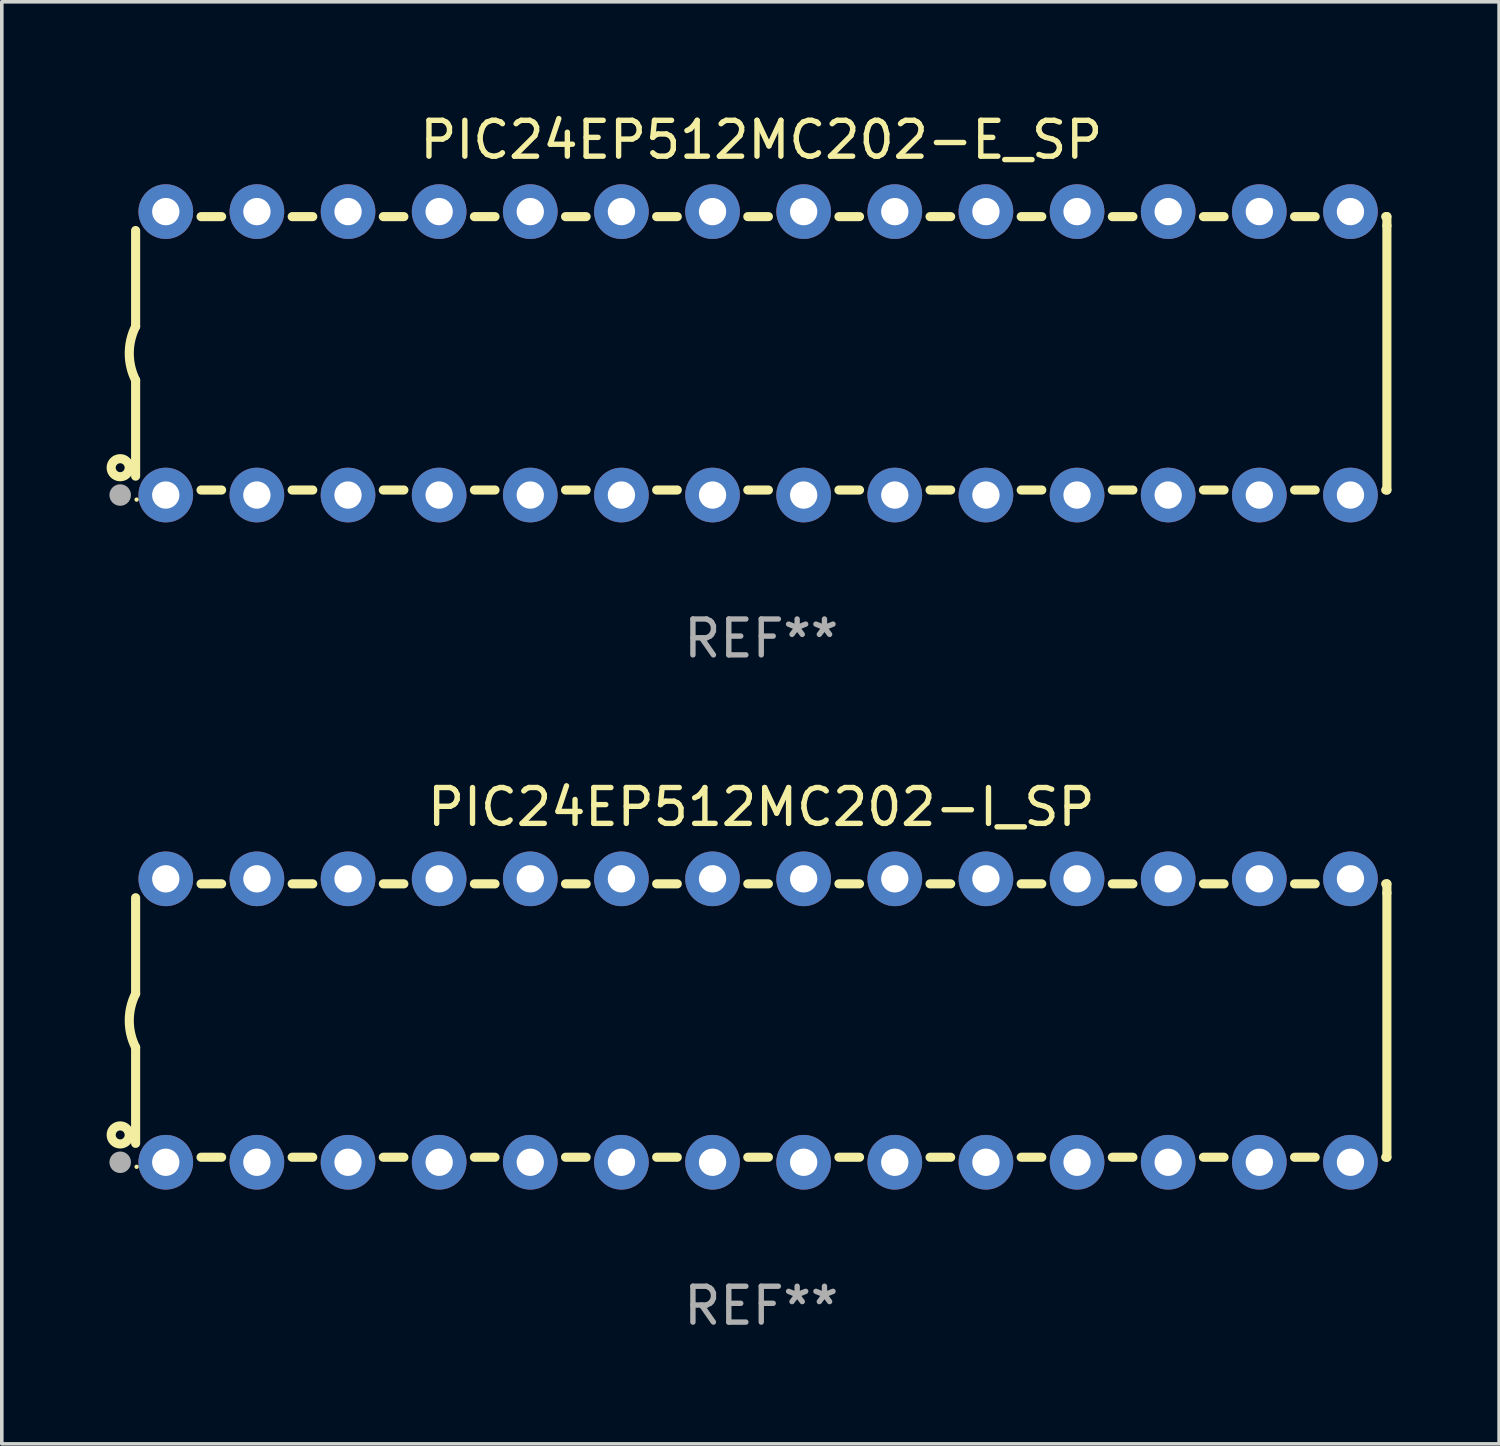
<source format=kicad_pcb>
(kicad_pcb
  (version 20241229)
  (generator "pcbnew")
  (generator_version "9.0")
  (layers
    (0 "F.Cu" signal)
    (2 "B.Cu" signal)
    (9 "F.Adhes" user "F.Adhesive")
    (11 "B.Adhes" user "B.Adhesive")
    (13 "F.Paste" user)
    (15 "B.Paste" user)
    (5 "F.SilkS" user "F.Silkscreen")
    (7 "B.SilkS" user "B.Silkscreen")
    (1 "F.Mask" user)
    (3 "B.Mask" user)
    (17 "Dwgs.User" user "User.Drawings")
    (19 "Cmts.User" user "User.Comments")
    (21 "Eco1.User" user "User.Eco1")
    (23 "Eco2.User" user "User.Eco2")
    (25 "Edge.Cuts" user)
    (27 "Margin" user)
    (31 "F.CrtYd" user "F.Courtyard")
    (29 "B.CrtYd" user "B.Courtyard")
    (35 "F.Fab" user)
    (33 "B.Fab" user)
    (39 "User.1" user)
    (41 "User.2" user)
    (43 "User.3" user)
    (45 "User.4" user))
  (footprint "PIC24EP512MC202-E_SP"
    (layer "F.Cu")
    (at 18.168 6.798)
    (property "Reference" "PIC24EP512MC202-E_SP" (at 0 -5.95 0) (layer "F.SilkS") (effects (font (size 1 1) (thickness 0.15))))
    (attr through_hole)
    (fp_line (start -17.438 0.75) (end -17.438 3.423) (stroke (width 0.254) (type solid)) (layer "F.SilkS"))
    (fp_line (start -17.438 -3.423) (end -17.438 -0.75) (stroke (width 0.254) (type solid)) (layer "F.SilkS"))
    (fp_line (start -15.615 3.81) (end -15.041 3.81) (stroke (width 0.254) (type solid)) (layer "F.SilkS"))
    (fp_line (start -15.041 -3.81) (end -15.614 -3.81) (stroke (width 0.254) (type solid)) (layer "F.SilkS"))
    (fp_line (start -13.075 3.81) (end -12.501 3.81) (stroke (width 0.254) (type solid)) (layer "F.SilkS"))
    (fp_line (start -12.501 -3.81) (end -13.074 -3.81) (stroke (width 0.254) (type solid)) (layer "F.SilkS"))
    (fp_line (start -10.535 3.81) (end -9.961 3.81) (stroke (width 0.254) (type solid)) (layer "F.SilkS"))
    (fp_line (start -9.961 -3.81) (end -10.534 -3.81) (stroke (width 0.254) (type solid)) (layer "F.SilkS"))
    (fp_line (start -7.995 3.81) (end -7.421 3.81) (stroke (width 0.254) (type solid)) (layer "F.SilkS"))
    (fp_line (start -7.421 -3.81) (end -7.995 -3.81) (stroke (width 0.254) (type solid)) (layer "F.SilkS"))
    (fp_line (start -5.455 3.81) (end -4.881 3.81) (stroke (width 0.254) (type solid)) (layer "F.SilkS"))
    (fp_line (start -4.881 -3.81) (end -5.455 -3.81) (stroke (width 0.254) (type solid)) (layer "F.SilkS"))
    (fp_line (start -2.915 3.81) (end -2.341 3.81) (stroke (width 0.254) (type solid)) (layer "F.SilkS"))
    (fp_line (start -2.341 -3.81) (end -2.915 -3.81) (stroke (width 0.254) (type solid)) (layer "F.SilkS"))
    (fp_line (start -0.375 3.81) (end 0.199 3.81) (stroke (width 0.254) (type solid)) (layer "F.SilkS"))
    (fp_line (start 0.199 -3.81) (end -0.375 -3.81) (stroke (width 0.254) (type solid)) (layer "F.SilkS"))
    (fp_line (start 2.165 3.81) (end 2.739 3.81) (stroke (width 0.254) (type solid)) (layer "F.SilkS"))
    (fp_line (start 2.739 -3.81) (end 2.165 -3.81) (stroke (width 0.254) (type solid)) (layer "F.SilkS"))
    (fp_line (start 4.705 3.81) (end 5.279 3.81) (stroke (width 0.254) (type solid)) (layer "F.SilkS"))
    (fp_line (start 5.279 -3.81) (end 4.705 -3.81) (stroke (width 0.254) (type solid)) (layer "F.SilkS"))
    (fp_line (start 7.245 3.81) (end 7.819 3.81) (stroke (width 0.254) (type solid)) (layer "F.SilkS"))
    (fp_line (start 7.819 -3.81) (end 7.245 -3.81) (stroke (width 0.254) (type solid)) (layer "F.SilkS"))
    (fp_line (start 9.785 3.81) (end 10.359 3.81) (stroke (width 0.254) (type solid)) (layer "F.SilkS"))
    (fp_line (start 10.359 -3.81) (end 9.785 -3.81) (stroke (width 0.254) (type solid)) (layer "F.SilkS"))
    (fp_line (start 12.325 3.81) (end 12.899 3.81) (stroke (width 0.254) (type solid)) (layer "F.SilkS"))
    (fp_line (start 12.899 -3.81) (end 12.325 -3.81) (stroke (width 0.254) (type solid)) (layer "F.SilkS"))
    (fp_line (start 14.865 3.81) (end 15.439 3.81) (stroke (width 0.254) (type solid)) (layer "F.SilkS"))
    (fp_line (start 15.439 -3.81) (end 14.865 -3.81) (stroke (width 0.254) (type solid)) (layer "F.SilkS"))
    (fp_line (start 17.405 3.81) (end 17.438 3.81) (stroke (width 0.254) (type solid)) (layer "F.SilkS"))
    (fp_line (start 17.438 -3.81) (end 17.405 -3.81) (stroke (width 0.254) (type solid)) (layer "F.SilkS"))
    (fp_line (start 17.438 -3.556) (end 17.438 -3.81) (stroke (width 0.254) (type solid)) (layer "F.SilkS"))
    (fp_line (start 17.438 3.81) (end 17.438 -3.556) (stroke (width 0.254) (type solid)) (layer "F.SilkS"))
    (fp_arc (start -17.437986 0.749657) (mid -17.614887 -0.000024) (end -17.437783 -0.749657) (stroke (width 0.254001) (type solid)) (layer "F.SilkS"))
    (fp_circle (center -17.868 3.188) (end -17.743 3.188) (stroke (width 0.254) (type solid)) (fill no) (layer "F.SilkS"))
    (fp_circle (center -17.411 4.077) (end -17.381 4.077) (stroke (width 0.06) (type solid)) (fill no) (layer "F.SilkS"))
    (fp_circle (center -17.868 3.95) (end -17.718 3.95) (stroke (width 0.3) (type solid)) (fill no) (layer "F.Fab"))
    (fp_text user "REF**" (at 0 7.95 0) (layer "F.Fab") (effects (font (size 1 1) (thickness 0.15))))
    (pad "1" thru_hole circle (at -16.598 3.95) (size 1.524 1.524) (drill 0.762) (layers "*.Cu" "*.Mask"))
    (pad "2" thru_hole circle (at -14.058 3.95) (size 1.524 1.524) (drill 0.762) (layers "*.Cu" "*.Mask"))
    (pad "3" thru_hole circle (at -11.518 3.95) (size 1.524 1.524) (drill 0.762) (layers "*.Cu" "*.Mask"))
    (pad "4" thru_hole circle (at -8.978 3.95) (size 1.524 1.524) (drill 0.762) (layers "*.Cu" "*.Mask"))
    (pad "5" thru_hole circle (at -6.438 3.95) (size 1.524 1.524) (drill 0.762) (layers "*.Cu" "*.Mask"))
    (pad "6" thru_hole circle (at -3.898 3.95) (size 1.524 1.524) (drill 0.762) (layers "*.Cu" "*.Mask"))
    (pad "7" thru_hole circle (at -1.358 3.95) (size 1.524 1.524) (drill 0.762) (layers "*.Cu" "*.Mask"))
    (pad "8" thru_hole circle (at 1.182 3.95) (size 1.524 1.524) (drill 0.762) (layers "*.Cu" "*.Mask"))
    (pad "9" thru_hole circle (at 3.722 3.95) (size 1.524 1.524) (drill 0.762) (layers "*.Cu" "*.Mask"))
    (pad "10" thru_hole circle (at 6.262 3.95) (size 1.524 1.524) (drill 0.762) (layers "*.Cu" "*.Mask"))
    (pad "11" thru_hole circle (at 8.802 3.95) (size 1.524 1.524) (drill 0.762) (layers "*.Cu" "*.Mask"))
    (pad "12" thru_hole circle (at 11.342 3.95) (size 1.524 1.524) (drill 0.762) (layers "*.Cu" "*.Mask"))
    (pad "13" thru_hole circle (at 13.882 3.95) (size 1.524 1.524) (drill 0.762) (layers "*.Cu" "*.Mask"))
    (pad "14" thru_hole circle (at 16.422 3.95) (size 1.524 1.524) (drill 0.762) (layers "*.Cu" "*.Mask"))
    (pad "15" thru_hole circle (at 16.422 -3.95) (size 1.524 1.524) (drill 0.762) (layers "*.Cu" "*.Mask"))
    (pad "16" thru_hole circle (at 13.882 -3.95) (size 1.524 1.524) (drill 0.762) (layers "*.Cu" "*.Mask"))
    (pad "17" thru_hole circle (at 11.342 -3.95) (size 1.524 1.524) (drill 0.762) (layers "*.Cu" "*.Mask"))
    (pad "18" thru_hole circle (at 8.802 -3.95) (size 1.524 1.524) (drill 0.762) (layers "*.Cu" "*.Mask"))
    (pad "19" thru_hole circle (at 6.262 -3.95) (size 1.524 1.524) (drill 0.762) (layers "*.Cu" "*.Mask"))
    (pad "20" thru_hole circle (at 3.722 -3.95) (size 1.524 1.524) (drill 0.762) (layers "*.Cu" "*.Mask"))
    (pad "21" thru_hole circle (at 1.182 -3.95) (size 1.524 1.524) (drill 0.762) (layers "*.Cu" "*.Mask"))
    (pad "22" thru_hole circle (at -1.358 -3.95) (size 1.524 1.524) (drill 0.762) (layers "*.Cu" "*.Mask"))
    (pad "23" thru_hole circle (at -3.898 -3.95) (size 1.524 1.524) (drill 0.762) (layers "*.Cu" "*.Mask"))
    (pad "24" thru_hole circle (at -6.438 -3.95) (size 1.524 1.524) (drill 0.762) (layers "*.Cu" "*.Mask"))
    (pad "25" thru_hole circle (at -8.978 -3.95) (size 1.524 1.524) (drill 0.762) (layers "*.Cu" "*.Mask"))
    (pad "26" thru_hole circle (at -11.517 -3.95) (size 1.524 1.524) (drill 0.762) (layers "*.Cu" "*.Mask"))
    (pad "27" thru_hole circle (at -14.057 -3.95) (size 1.524 1.524) (drill 0.762) (layers "*.Cu" "*.Mask"))
    (pad "28" thru_hole circle (at -16.597 -3.95) (size 1.524 1.524) (drill 0.762) (layers "*.Cu" "*.Mask")))
  (footprint "PIC24EP512MC202-I_SP"
    (layer "F.Cu")
    (at 18.168 25.395)
    (property "Reference" "PIC24EP512MC202-I_SP" (at 0 -5.95 0) (layer "F.SilkS") (effects (font (size 1 1) (thickness 0.15))))
    (attr through_hole)
    (fp_line (start -17.438 0.75) (end -17.438 3.423) (stroke (width 0.254) (type solid)) (layer "F.SilkS"))
    (fp_line (start -17.438 -3.423) (end -17.438 -0.75) (stroke (width 0.254) (type solid)) (layer "F.SilkS"))
    (fp_line (start -15.615 3.81) (end -15.041 3.81) (stroke (width 0.254) (type solid)) (layer "F.SilkS"))
    (fp_line (start -15.041 -3.81) (end -15.614 -3.81) (stroke (width 0.254) (type solid)) (layer "F.SilkS"))
    (fp_line (start -13.075 3.81) (end -12.501 3.81) (stroke (width 0.254) (type solid)) (layer "F.SilkS"))
    (fp_line (start -12.501 -3.81) (end -13.074 -3.81) (stroke (width 0.254) (type solid)) (layer "F.SilkS"))
    (fp_line (start -10.535 3.81) (end -9.961 3.81) (stroke (width 0.254) (type solid)) (layer "F.SilkS"))
    (fp_line (start -9.961 -3.81) (end -10.534 -3.81) (stroke (width 0.254) (type solid)) (layer "F.SilkS"))
    (fp_line (start -7.995 3.81) (end -7.421 3.81) (stroke (width 0.254) (type solid)) (layer "F.SilkS"))
    (fp_line (start -7.421 -3.81) (end -7.995 -3.81) (stroke (width 0.254) (type solid)) (layer "F.SilkS"))
    (fp_line (start -5.455 3.81) (end -4.881 3.81) (stroke (width 0.254) (type solid)) (layer "F.SilkS"))
    (fp_line (start -4.881 -3.81) (end -5.455 -3.81) (stroke (width 0.254) (type solid)) (layer "F.SilkS"))
    (fp_line (start -2.915 3.81) (end -2.341 3.81) (stroke (width 0.254) (type solid)) (layer "F.SilkS"))
    (fp_line (start -2.341 -3.81) (end -2.915 -3.81) (stroke (width 0.254) (type solid)) (layer "F.SilkS"))
    (fp_line (start -0.375 3.81) (end 0.199 3.81) (stroke (width 0.254) (type solid)) (layer "F.SilkS"))
    (fp_line (start 0.199 -3.81) (end -0.375 -3.81) (stroke (width 0.254) (type solid)) (layer "F.SilkS"))
    (fp_line (start 2.165 3.81) (end 2.739 3.81) (stroke (width 0.254) (type solid)) (layer "F.SilkS"))
    (fp_line (start 2.739 -3.81) (end 2.165 -3.81) (stroke (width 0.254) (type solid)) (layer "F.SilkS"))
    (fp_line (start 4.705 3.81) (end 5.279 3.81) (stroke (width 0.254) (type solid)) (layer "F.SilkS"))
    (fp_line (start 5.279 -3.81) (end 4.705 -3.81) (stroke (width 0.254) (type solid)) (layer "F.SilkS"))
    (fp_line (start 7.245 3.81) (end 7.819 3.81) (stroke (width 0.254) (type solid)) (layer "F.SilkS"))
    (fp_line (start 7.819 -3.81) (end 7.245 -3.81) (stroke (width 0.254) (type solid)) (layer "F.SilkS"))
    (fp_line (start 9.785 3.81) (end 10.359 3.81) (stroke (width 0.254) (type solid)) (layer "F.SilkS"))
    (fp_line (start 10.359 -3.81) (end 9.785 -3.81) (stroke (width 0.254) (type solid)) (layer "F.SilkS"))
    (fp_line (start 12.325 3.81) (end 12.899 3.81) (stroke (width 0.254) (type solid)) (layer "F.SilkS"))
    (fp_line (start 12.899 -3.81) (end 12.325 -3.81) (stroke (width 0.254) (type solid)) (layer "F.SilkS"))
    (fp_line (start 14.865 3.81) (end 15.439 3.81) (stroke (width 0.254) (type solid)) (layer "F.SilkS"))
    (fp_line (start 15.439 -3.81) (end 14.865 -3.81) (stroke (width 0.254) (type solid)) (layer "F.SilkS"))
    (fp_line (start 17.405 3.81) (end 17.438 3.81) (stroke (width 0.254) (type solid)) (layer "F.SilkS"))
    (fp_line (start 17.438 -3.81) (end 17.405 -3.81) (stroke (width 0.254) (type solid)) (layer "F.SilkS"))
    (fp_line (start 17.438 -3.556) (end 17.438 -3.81) (stroke (width 0.254) (type solid)) (layer "F.SilkS"))
    (fp_line (start 17.438 3.81) (end 17.438 -3.556) (stroke (width 0.254) (type solid)) (layer "F.SilkS"))
    (fp_arc (start -17.437986 0.749657) (mid -17.614887 -0.000024) (end -17.437783 -0.749657) (stroke (width 0.254001) (type solid)) (layer "F.SilkS"))
    (fp_circle (center -17.868 3.188) (end -17.743 3.188) (stroke (width 0.254) (type solid)) (fill no) (layer "F.SilkS"))
    (fp_circle (center -17.411 4.077) (end -17.381 4.077) (stroke (width 0.06) (type solid)) (fill no) (layer "F.SilkS"))
    (fp_circle (center -17.868 3.95) (end -17.718 3.95) (stroke (width 0.3) (type solid)) (fill no) (layer "F.Fab"))
    (fp_text user "REF**" (at 0 7.95 0) (layer "F.Fab") (effects (font (size 1 1) (thickness 0.15))))
    (pad "1" thru_hole circle (at -16.598 3.95) (size 1.524 1.524) (drill 0.762) (layers "*.Cu" "*.Mask"))
    (pad "2" thru_hole circle (at -14.058 3.95) (size 1.524 1.524) (drill 0.762) (layers "*.Cu" "*.Mask"))
    (pad "3" thru_hole circle (at -11.518 3.95) (size 1.524 1.524) (drill 0.762) (layers "*.Cu" "*.Mask"))
    (pad "4" thru_hole circle (at -8.978 3.95) (size 1.524 1.524) (drill 0.762) (layers "*.Cu" "*.Mask"))
    (pad "5" thru_hole circle (at -6.438 3.95) (size 1.524 1.524) (drill 0.762) (layers "*.Cu" "*.Mask"))
    (pad "6" thru_hole circle (at -3.898 3.95) (size 1.524 1.524) (drill 0.762) (layers "*.Cu" "*.Mask"))
    (pad "7" thru_hole circle (at -1.358 3.95) (size 1.524 1.524) (drill 0.762) (layers "*.Cu" "*.Mask"))
    (pad "8" thru_hole circle (at 1.182 3.95) (size 1.524 1.524) (drill 0.762) (layers "*.Cu" "*.Mask"))
    (pad "9" thru_hole circle (at 3.722 3.95) (size 1.524 1.524) (drill 0.762) (layers "*.Cu" "*.Mask"))
    (pad "10" thru_hole circle (at 6.262 3.95) (size 1.524 1.524) (drill 0.762) (layers "*.Cu" "*.Mask"))
    (pad "11" thru_hole circle (at 8.802 3.95) (size 1.524 1.524) (drill 0.762) (layers "*.Cu" "*.Mask"))
    (pad "12" thru_hole circle (at 11.342 3.95) (size 1.524 1.524) (drill 0.762) (layers "*.Cu" "*.Mask"))
    (pad "13" thru_hole circle (at 13.882 3.95) (size 1.524 1.524) (drill 0.762) (layers "*.Cu" "*.Mask"))
    (pad "14" thru_hole circle (at 16.422 3.95) (size 1.524 1.524) (drill 0.762) (layers "*.Cu" "*.Mask"))
    (pad "15" thru_hole circle (at 16.422 -3.95) (size 1.524 1.524) (drill 0.762) (layers "*.Cu" "*.Mask"))
    (pad "16" thru_hole circle (at 13.882 -3.95) (size 1.524 1.524) (drill 0.762) (layers "*.Cu" "*.Mask"))
    (pad "17" thru_hole circle (at 11.342 -3.95) (size 1.524 1.524) (drill 0.762) (layers "*.Cu" "*.Mask"))
    (pad "18" thru_hole circle (at 8.802 -3.95) (size 1.524 1.524) (drill 0.762) (layers "*.Cu" "*.Mask"))
    (pad "19" thru_hole circle (at 6.262 -3.95) (size 1.524 1.524) (drill 0.762) (layers "*.Cu" "*.Mask"))
    (pad "20" thru_hole circle (at 3.722 -3.95) (size 1.524 1.524) (drill 0.762) (layers "*.Cu" "*.Mask"))
    (pad "21" thru_hole circle (at 1.182 -3.95) (size 1.524 1.524) (drill 0.762) (layers "*.Cu" "*.Mask"))
    (pad "22" thru_hole circle (at -1.358 -3.95) (size 1.524 1.524) (drill 0.762) (layers "*.Cu" "*.Mask"))
    (pad "23" thru_hole circle (at -3.898 -3.95) (size 1.524 1.524) (drill 0.762) (layers "*.Cu" "*.Mask"))
    (pad "24" thru_hole circle (at -6.438 -3.95) (size 1.524 1.524) (drill 0.762) (layers "*.Cu" "*.Mask"))
    (pad "25" thru_hole circle (at -8.978 -3.95) (size 1.524 1.524) (drill 0.762) (layers "*.Cu" "*.Mask"))
    (pad "26" thru_hole circle (at -11.517 -3.95) (size 1.524 1.524) (drill 0.762) (layers "*.Cu" "*.Mask"))
    (pad "27" thru_hole circle (at -14.057 -3.95) (size 1.524 1.524) (drill 0.762) (layers "*.Cu" "*.Mask"))
    (pad "28" thru_hole circle (at -16.597 -3.95) (size 1.524 1.524) (drill 0.762) (layers "*.Cu" "*.Mask")))
  (gr_rect
    (start -3 -3)
    (end 38.733 37.193)
    (stroke (width 0.1) (type default))
    (fill no)
    (layer "Edge.Cuts")))
</source>
